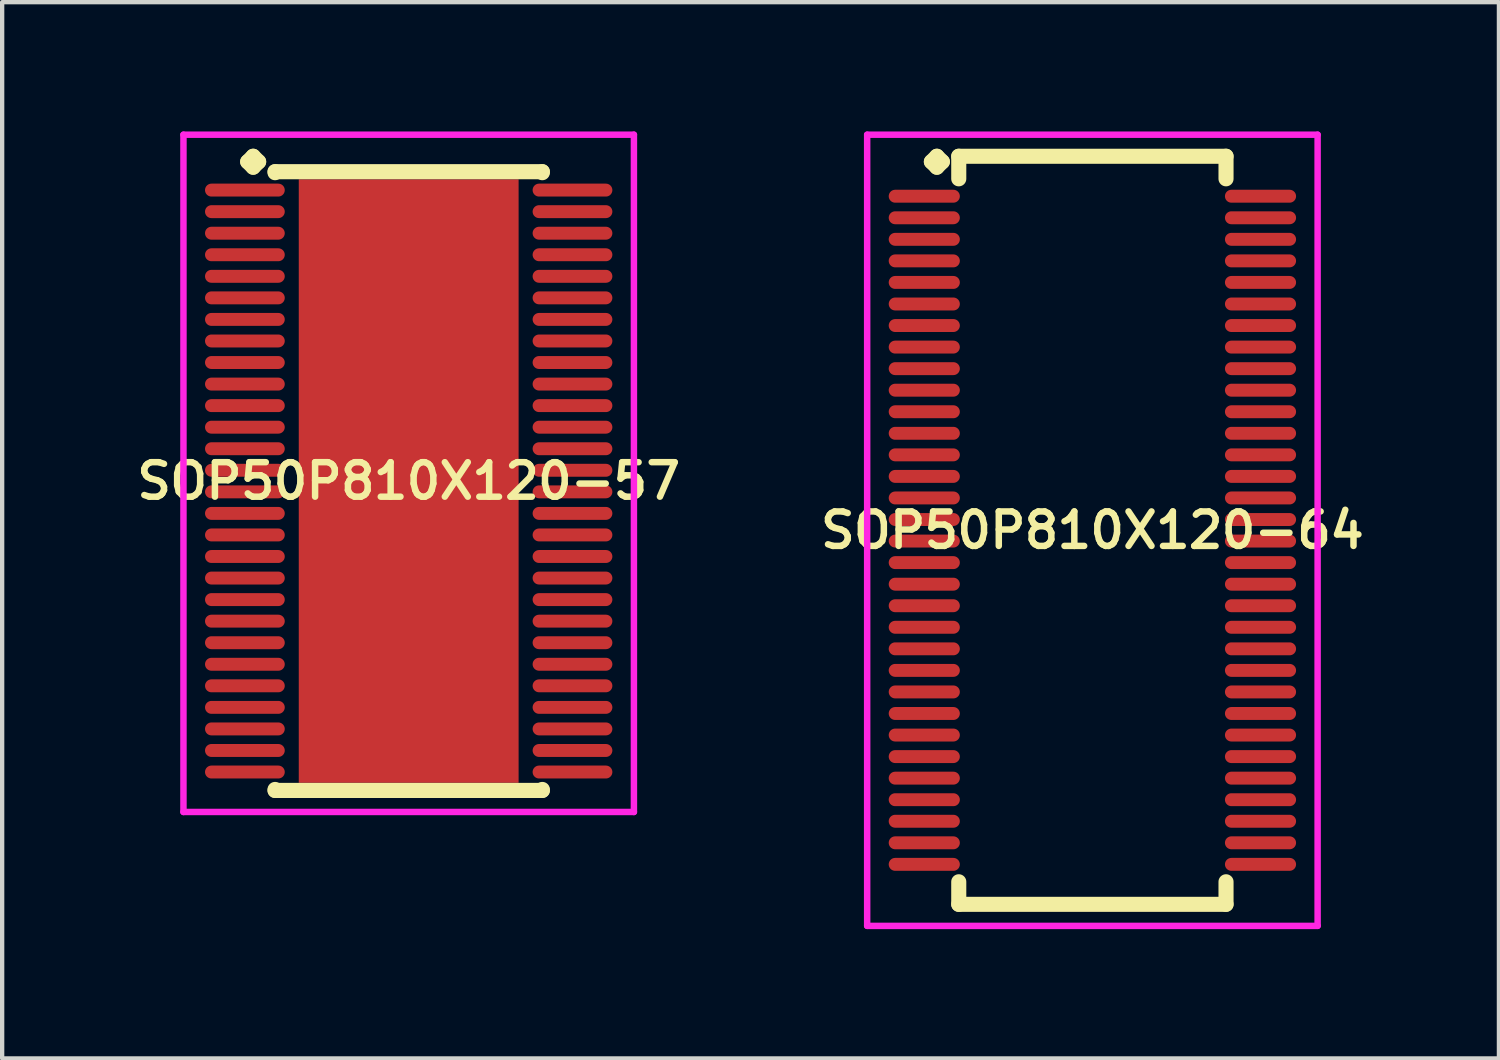
<source format=kicad_pcb>
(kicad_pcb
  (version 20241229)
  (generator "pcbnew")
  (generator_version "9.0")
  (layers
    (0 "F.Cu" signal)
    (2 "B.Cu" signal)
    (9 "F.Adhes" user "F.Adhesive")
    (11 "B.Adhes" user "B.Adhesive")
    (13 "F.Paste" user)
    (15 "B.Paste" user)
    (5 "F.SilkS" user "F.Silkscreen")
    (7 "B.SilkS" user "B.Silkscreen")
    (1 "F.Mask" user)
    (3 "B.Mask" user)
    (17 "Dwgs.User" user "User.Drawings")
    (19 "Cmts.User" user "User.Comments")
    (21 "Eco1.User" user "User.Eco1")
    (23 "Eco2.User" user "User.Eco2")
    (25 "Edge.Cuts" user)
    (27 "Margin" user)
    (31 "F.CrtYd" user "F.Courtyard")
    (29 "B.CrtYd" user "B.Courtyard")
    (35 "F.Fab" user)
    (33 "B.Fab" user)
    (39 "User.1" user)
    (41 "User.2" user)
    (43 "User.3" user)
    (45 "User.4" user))
  (footprint "SOP50P810X120-64"
    (layer "F.Cu")
    (at 22.292 9.252)
    (property "Reference" "SOP50P810X120-64" (at 0 0 0) (layer "F.SilkS") (effects (font (size 0.8 0.8) (thickness 0.15))))
    (attr smd)
    (fp_line (start -3.735 -8.55) (end -3.608 -8.677) (stroke (width 0.35) (type solid)) (layer "F.SilkS"))
    (fp_line (start -3.608 -8.677) (end -3.481 -8.55) (stroke (width 0.35) (type solid)) (layer "F.SilkS"))
    (fp_line (start -3.608 -8.423) (end -3.735 -8.55) (stroke (width 0.35) (type solid)) (layer "F.SilkS"))
    (fp_line (start -3.481 -8.55) (end -3.608 -8.423) (stroke (width 0.35) (type solid)) (layer "F.SilkS"))
    (fp_line (start -3.1 -8.677) (end 3.1 -8.677) (stroke (width 0.35) (type solid)) (layer "F.SilkS"))
    (fp_line (start -3.1 -8.154) (end -3.1 -8.677) (stroke (width 0.35) (type solid)) (layer "F.SilkS"))
    (fp_line (start -3.1 8.154) (end -3.1 8.677) (stroke (width 0.35) (type solid)) (layer "F.SilkS"))
    (fp_line (start -3.1 8.677) (end 3.1 8.677) (stroke (width 0.35) (type solid)) (layer "F.SilkS"))
    (fp_line (start 3.1 -8.677) (end 3.1 -8.154) (stroke (width 0.35) (type solid)) (layer "F.SilkS"))
    (fp_line (start 3.1 8.677) (end 3.1 8.154) (stroke (width 0.35) (type solid)) (layer "F.SilkS"))
    (fp_line (start -5.225 -9.177) (end 5.225 -9.177) (stroke (width 0.15) (type solid)) (layer "F.CrtYd"))
    (fp_line (start -5.225 9.177) (end -5.225 -9.177) (stroke (width 0.15) (type solid)) (layer "F.CrtYd"))
    (fp_line (start 5.225 -9.177) (end 5.225 9.177) (stroke (width 0.15) (type solid)) (layer "F.CrtYd"))
    (fp_line (start 5.225 9.177) (end -5.225 9.177) (stroke (width 0.15) (type solid)) (layer "F.CrtYd"))
    (pad "1" smd oval (at -3.9 -7.75) (size 1.65 0.3) (layers "F.Cu" "F.Mask" "F.Paste"))
    (pad "2" smd oval (at -3.9 -7.25) (size 1.65 0.3) (layers "F.Cu" "F.Mask" "F.Paste"))
    (pad "3" smd oval (at -3.9 -6.75) (size 1.65 0.3) (layers "F.Cu" "F.Mask" "F.Paste"))
    (pad "4" smd oval (at -3.9 -6.25) (size 1.65 0.3) (layers "F.Cu" "F.Mask" "F.Paste"))
    (pad "5" smd oval (at -3.9 -5.75) (size 1.65 0.3) (layers "F.Cu" "F.Mask" "F.Paste"))
    (pad "6" smd oval (at -3.9 -5.25) (size 1.65 0.3) (layers "F.Cu" "F.Mask" "F.Paste"))
    (pad "7" smd oval (at -3.9 -4.75) (size 1.65 0.3) (layers "F.Cu" "F.Mask" "F.Paste"))
    (pad "8" smd oval (at -3.9 -4.25) (size 1.65 0.3) (layers "F.Cu" "F.Mask" "F.Paste"))
    (pad "9" smd oval (at -3.9 -3.75) (size 1.65 0.3) (layers "F.Cu" "F.Mask" "F.Paste"))
    (pad "10" smd oval (at -3.9 -3.25) (size 1.65 0.3) (layers "F.Cu" "F.Mask" "F.Paste"))
    (pad "11" smd oval (at -3.9 -2.75) (size 1.65 0.3) (layers "F.Cu" "F.Mask" "F.Paste"))
    (pad "12" smd oval (at -3.9 -2.25) (size 1.65 0.3) (layers "F.Cu" "F.Mask" "F.Paste"))
    (pad "13" smd oval (at -3.9 -1.75) (size 1.65 0.3) (layers "F.Cu" "F.Mask" "F.Paste"))
    (pad "14" smd oval (at -3.9 -1.25) (size 1.65 0.3) (layers "F.Cu" "F.Mask" "F.Paste"))
    (pad "15" smd oval (at -3.9 -0.75) (size 1.65 0.3) (layers "F.Cu" "F.Mask" "F.Paste"))
    (pad "16" smd oval (at -3.9 -0.25) (size 1.65 0.3) (layers "F.Cu" "F.Mask" "F.Paste"))
    (pad "17" smd oval (at -3.9 0.25) (size 1.65 0.3) (layers "F.Cu" "F.Mask" "F.Paste"))
    (pad "18" smd oval (at -3.9 0.75) (size 1.65 0.3) (layers "F.Cu" "F.Mask" "F.Paste"))
    (pad "19" smd oval (at -3.9 1.25) (size 1.65 0.3) (layers "F.Cu" "F.Mask" "F.Paste"))
    (pad "20" smd oval (at -3.9 1.75) (size 1.65 0.3) (layers "F.Cu" "F.Mask" "F.Paste"))
    (pad "21" smd oval (at -3.9 2.25) (size 1.65 0.3) (layers "F.Cu" "F.Mask" "F.Paste"))
    (pad "22" smd oval (at -3.9 2.75) (size 1.65 0.3) (layers "F.Cu" "F.Mask" "F.Paste"))
    (pad "23" smd oval (at -3.9 3.25) (size 1.65 0.3) (layers "F.Cu" "F.Mask" "F.Paste"))
    (pad "24" smd oval (at -3.9 3.75) (size 1.65 0.3) (layers "F.Cu" "F.Mask" "F.Paste"))
    (pad "25" smd oval (at -3.9 4.25) (size 1.65 0.3) (layers "F.Cu" "F.Mask" "F.Paste"))
    (pad "26" smd oval (at -3.9 4.75) (size 1.65 0.3) (layers "F.Cu" "F.Mask" "F.Paste"))
    (pad "27" smd oval (at -3.9 5.25) (size 1.65 0.3) (layers "F.Cu" "F.Mask" "F.Paste"))
    (pad "28" smd oval (at -3.9 5.75) (size 1.65 0.3) (layers "F.Cu" "F.Mask" "F.Paste"))
    (pad "29" smd oval (at -3.9 6.25) (size 1.65 0.3) (layers "F.Cu" "F.Mask" "F.Paste"))
    (pad "30" smd oval (at -3.9 6.75) (size 1.65 0.3) (layers "F.Cu" "F.Mask" "F.Paste"))
    (pad "31" smd oval (at -3.9 7.25) (size 1.65 0.3) (layers "F.Cu" "F.Mask" "F.Paste"))
    (pad "32" smd oval (at -3.9 7.75) (size 1.65 0.3) (layers "F.Cu" "F.Mask" "F.Paste"))
    (pad "33" smd oval (at 3.9 7.75) (size 1.65 0.3) (layers "F.Cu" "F.Mask" "F.Paste"))
    (pad "34" smd oval (at 3.9 7.25) (size 1.65 0.3) (layers "F.Cu" "F.Mask" "F.Paste"))
    (pad "35" smd oval (at 3.9 6.75) (size 1.65 0.3) (layers "F.Cu" "F.Mask" "F.Paste"))
    (pad "36" smd oval (at 3.9 6.25) (size 1.65 0.3) (layers "F.Cu" "F.Mask" "F.Paste"))
    (pad "37" smd oval (at 3.9 5.75) (size 1.65 0.3) (layers "F.Cu" "F.Mask" "F.Paste"))
    (pad "38" smd oval (at 3.9 5.25) (size 1.65 0.3) (layers "F.Cu" "F.Mask" "F.Paste"))
    (pad "39" smd oval (at 3.9 4.75) (size 1.65 0.3) (layers "F.Cu" "F.Mask" "F.Paste"))
    (pad "40" smd oval (at 3.9 4.25) (size 1.65 0.3) (layers "F.Cu" "F.Mask" "F.Paste"))
    (pad "41" smd oval (at 3.9 3.75) (size 1.65 0.3) (layers "F.Cu" "F.Mask" "F.Paste"))
    (pad "42" smd oval (at 3.9 3.25) (size 1.65 0.3) (layers "F.Cu" "F.Mask" "F.Paste"))
    (pad "43" smd oval (at 3.9 2.75) (size 1.65 0.3) (layers "F.Cu" "F.Mask" "F.Paste"))
    (pad "44" smd oval (at 3.9 2.25) (size 1.65 0.3) (layers "F.Cu" "F.Mask" "F.Paste"))
    (pad "45" smd oval (at 3.9 1.75) (size 1.65 0.3) (layers "F.Cu" "F.Mask" "F.Paste"))
    (pad "46" smd oval (at 3.9 1.25) (size 1.65 0.3) (layers "F.Cu" "F.Mask" "F.Paste"))
    (pad "47" smd oval (at 3.9 0.75) (size 1.65 0.3) (layers "F.Cu" "F.Mask" "F.Paste"))
    (pad "48" smd oval (at 3.9 0.25) (size 1.65 0.3) (layers "F.Cu" "F.Mask" "F.Paste"))
    (pad "49" smd oval (at 3.9 -0.25) (size 1.65 0.3) (layers "F.Cu" "F.Mask" "F.Paste"))
    (pad "50" smd oval (at 3.9 -0.75) (size 1.65 0.3) (layers "F.Cu" "F.Mask" "F.Paste"))
    (pad "51" smd oval (at 3.9 -1.25) (size 1.65 0.3) (layers "F.Cu" "F.Mask" "F.Paste"))
    (pad "52" smd oval (at 3.9 -1.75) (size 1.65 0.3) (layers "F.Cu" "F.Mask" "F.Paste"))
    (pad "53" smd oval (at 3.9 -2.25) (size 1.65 0.3) (layers "F.Cu" "F.Mask" "F.Paste"))
    (pad "54" smd oval (at 3.9 -2.75) (size 1.65 0.3) (layers "F.Cu" "F.Mask" "F.Paste"))
    (pad "55" smd oval (at 3.9 -3.25) (size 1.65 0.3) (layers "F.Cu" "F.Mask" "F.Paste"))
    (pad "56" smd oval (at 3.9 -3.75) (size 1.65 0.3) (layers "F.Cu" "F.Mask" "F.Paste"))
    (pad "57" smd oval (at 3.9 -4.25) (size 1.65 0.3) (layers "F.Cu" "F.Mask" "F.Paste"))
    (pad "58" smd oval (at 3.9 -4.75) (size 1.65 0.3) (layers "F.Cu" "F.Mask" "F.Paste"))
    (pad "59" smd oval (at 3.9 -5.25) (size 1.65 0.3) (layers "F.Cu" "F.Mask" "F.Paste"))
    (pad "60" smd oval (at 3.9 -5.75) (size 1.65 0.3) (layers "F.Cu" "F.Mask" "F.Paste"))
    (pad "61" smd oval (at 3.9 -6.25) (size 1.65 0.3) (layers "F.Cu" "F.Mask" "F.Paste"))
    (pad "62" smd oval (at 3.9 -6.75) (size 1.65 0.3) (layers "F.Cu" "F.Mask" "F.Paste"))
    (pad "63" smd oval (at 3.9 -7.25) (size 1.65 0.3) (layers "F.Cu" "F.Mask" "F.Paste"))
    (pad "64" smd oval (at 3.9 -7.75) (size 1.65 0.3) (layers "F.Cu" "F.Mask" "F.Paste")))
  (footprint "SOP50P810X120-57"
    (layer "F.Cu")
    (at 6.431 8.11)
    (property "Reference" "SOP50P810X120-57" (at 0 0 0) (layer "F.SilkS") (effects (font (size 0.8 0.8) (thickness 0.15))))
    (attr through_hole)
    (fp_line (start -3.735 -7.408) (end -3.608 -7.535) (stroke (width 0.35) (type solid)) (layer "F.SilkS"))
    (fp_line (start -3.608 -7.535) (end -3.481 -7.408) (stroke (width 0.35) (type solid)) (layer "F.SilkS"))
    (fp_line (start -3.608 -7.281) (end -3.735 -7.408) (stroke (width 0.35) (type solid)) (layer "F.SilkS"))
    (fp_line (start -3.481 -7.408) (end -3.608 -7.281) (stroke (width 0.35) (type solid)) (layer "F.SilkS"))
    (fp_line (start -3.1 -7.177) (end 3.1 -7.177) (stroke (width 0.35) (type solid)) (layer "F.SilkS"))
    (fp_line (start -3.1 -7.154) (end -3.1 -7.177) (stroke (width 0.35) (type solid)) (layer "F.SilkS"))
    (fp_line (start -3.1 7.154) (end -3.1 7.177) (stroke (width 0.35) (type solid)) (layer "F.SilkS"))
    (fp_line (start -3.1 7.177) (end 3.1 7.177) (stroke (width 0.35) (type solid)) (layer "F.SilkS"))
    (fp_line (start 3.1 -7.177) (end 3.1 -7.154) (stroke (width 0.35) (type solid)) (layer "F.SilkS"))
    (fp_line (start 3.1 7.177) (end 3.1 7.154) (stroke (width 0.35) (type solid)) (layer "F.SilkS"))
    (fp_line (start -5.225 -8.035) (end 5.225 -8.035) (stroke (width 0.15) (type solid)) (layer "F.CrtYd"))
    (fp_line (start -5.225 7.677) (end -5.225 -8.035) (stroke (width 0.15) (type solid)) (layer "F.CrtYd"))
    (fp_line (start 5.225 -8.035) (end 5.225 7.677) (stroke (width 0.15) (type solid)) (layer "F.CrtYd"))
    (fp_line (start 5.225 7.677) (end -5.225 7.677) (stroke (width 0.15) (type solid)) (layer "F.CrtYd"))
    (pad "1" smd oval (at -3.8 -6.75) (size 1.85 0.3) (layers "F.Cu" "F.Mask" "F.Paste"))
    (pad "2" smd oval (at -3.8 -6.25) (size 1.85 0.3) (layers "F.Cu" "F.Mask" "F.Paste"))
    (pad "3" smd oval (at -3.8 -5.75) (size 1.85 0.3) (layers "F.Cu" "F.Mask" "F.Paste"))
    (pad "4" smd oval (at -3.8 -5.25) (size 1.85 0.3) (layers "F.Cu" "F.Mask" "F.Paste"))
    (pad "5" smd oval (at -3.8 -4.75) (size 1.85 0.3) (layers "F.Cu" "F.Mask" "F.Paste"))
    (pad "6" smd oval (at -3.8 -4.25) (size 1.85 0.3) (layers "F.Cu" "F.Mask" "F.Paste"))
    (pad "7" smd oval (at -3.8 -3.75) (size 1.85 0.3) (layers "F.Cu" "F.Mask" "F.Paste"))
    (pad "8" smd oval (at -3.8 -3.25) (size 1.85 0.3) (layers "F.Cu" "F.Mask" "F.Paste"))
    (pad "9" smd oval (at -3.8 -2.75) (size 1.85 0.3) (layers "F.Cu" "F.Mask" "F.Paste"))
    (pad "10" smd oval (at -3.8 -2.25) (size 1.85 0.3) (layers "F.Cu" "F.Mask" "F.Paste"))
    (pad "11" smd oval (at -3.8 -1.75) (size 1.85 0.3) (layers "F.Cu" "F.Mask" "F.Paste"))
    (pad "12" smd oval (at -3.8 -1.25) (size 1.85 0.3) (layers "F.Cu" "F.Mask" "F.Paste"))
    (pad "13" smd oval (at -3.8 -0.75) (size 1.85 0.3) (layers "F.Cu" "F.Mask" "F.Paste"))
    (pad "14" smd oval (at -3.8 -0.25) (size 1.85 0.3) (layers "F.Cu" "F.Mask" "F.Paste"))
    (pad "15" smd oval (at -3.8 0.25) (size 1.85 0.3) (layers "F.Cu" "F.Mask" "F.Paste"))
    (pad "16" smd oval (at -3.8 0.75) (size 1.85 0.3) (layers "F.Cu" "F.Mask" "F.Paste"))
    (pad "17" smd oval (at -3.8 1.25) (size 1.85 0.3) (layers "F.Cu" "F.Mask" "F.Paste"))
    (pad "18" smd oval (at -3.8 1.75) (size 1.85 0.3) (layers "F.Cu" "F.Mask" "F.Paste"))
    (pad "19" smd oval (at -3.8 2.25) (size 1.85 0.3) (layers "F.Cu" "F.Mask" "F.Paste"))
    (pad "20" smd oval (at -3.8 2.75) (size 1.85 0.3) (layers "F.Cu" "F.Mask" "F.Paste"))
    (pad "21" smd oval (at -3.8 3.25) (size 1.85 0.3) (layers "F.Cu" "F.Mask" "F.Paste"))
    (pad "22" smd oval (at -3.8 3.75) (size 1.85 0.3) (layers "F.Cu" "F.Mask" "F.Paste"))
    (pad "23" smd oval (at -3.8 4.25) (size 1.85 0.3) (layers "F.Cu" "F.Mask" "F.Paste"))
    (pad "24" smd oval (at -3.8 4.75) (size 1.85 0.3) (layers "F.Cu" "F.Mask" "F.Paste"))
    (pad "25" smd oval (at -3.8 5.25) (size 1.85 0.3) (layers "F.Cu" "F.Mask" "F.Paste"))
    (pad "26" smd oval (at -3.8 5.75) (size 1.85 0.3) (layers "F.Cu" "F.Mask" "F.Paste"))
    (pad "27" smd oval (at -3.8 6.25) (size 1.85 0.3) (layers "F.Cu" "F.Mask" "F.Paste"))
    (pad "28" smd oval (at -3.8 6.75) (size 1.85 0.3) (layers "F.Cu" "F.Mask" "F.Paste"))
    (pad "29" smd oval (at 3.8 6.75) (size 1.85 0.3) (layers "F.Cu" "F.Mask" "F.Paste"))
    (pad "30" smd oval (at 3.8 6.25) (size 1.85 0.3) (layers "F.Cu" "F.Mask" "F.Paste"))
    (pad "31" smd oval (at 3.8 5.75) (size 1.85 0.3) (layers "F.Cu" "F.Mask" "F.Paste"))
    (pad "32" smd oval (at 3.8 5.25) (size 1.85 0.3) (layers "F.Cu" "F.Mask" "F.Paste"))
    (pad "33" smd oval (at 3.8 4.75) (size 1.85 0.3) (layers "F.Cu" "F.Mask" "F.Paste"))
    (pad "34" smd oval (at 3.8 4.25) (size 1.85 0.3) (layers "F.Cu" "F.Mask" "F.Paste"))
    (pad "35" smd oval (at 3.8 3.75) (size 1.85 0.3) (layers "F.Cu" "F.Mask" "F.Paste"))
    (pad "36" smd oval (at 3.8 3.25) (size 1.85 0.3) (layers "F.Cu" "F.Mask" "F.Paste"))
    (pad "37" smd oval (at 3.8 2.75) (size 1.85 0.3) (layers "F.Cu" "F.Mask" "F.Paste"))
    (pad "38" smd oval (at 3.8 2.25) (size 1.85 0.3) (layers "F.Cu" "F.Mask" "F.Paste"))
    (pad "39" smd oval (at 3.8 1.75) (size 1.85 0.3) (layers "F.Cu" "F.Mask" "F.Paste"))
    (pad "40" smd oval (at 3.8 1.25) (size 1.85 0.3) (layers "F.Cu" "F.Mask" "F.Paste"))
    (pad "41" smd oval (at 3.8 0.75) (size 1.85 0.3) (layers "F.Cu" "F.Mask" "F.Paste"))
    (pad "42" smd oval (at 3.8 0.25) (size 1.85 0.3) (layers "F.Cu" "F.Mask" "F.Paste"))
    (pad "43" smd oval (at 3.8 -0.25) (size 1.85 0.3) (layers "F.Cu" "F.Mask" "F.Paste"))
    (pad "44" smd oval (at 3.8 -0.75) (size 1.85 0.3) (layers "F.Cu" "F.Mask" "F.Paste"))
    (pad "45" smd oval (at 3.8 -1.25) (size 1.85 0.3) (layers "F.Cu" "F.Mask" "F.Paste"))
    (pad "46" smd oval (at 3.8 -1.75) (size 1.85 0.3) (layers "F.Cu" "F.Mask" "F.Paste"))
    (pad "47" smd oval (at 3.8 -2.25) (size 1.85 0.3) (layers "F.Cu" "F.Mask" "F.Paste"))
    (pad "48" smd oval (at 3.8 -2.75) (size 1.85 0.3) (layers "F.Cu" "F.Mask" "F.Paste"))
    (pad "49" smd oval (at 3.8 -3.25) (size 1.85 0.3) (layers "F.Cu" "F.Mask" "F.Paste"))
    (pad "50" smd oval (at 3.8 -3.75) (size 1.85 0.3) (layers "F.Cu" "F.Mask" "F.Paste"))
    (pad "51" smd oval (at 3.8 -4.25) (size 1.85 0.3) (layers "F.Cu" "F.Mask" "F.Paste"))
    (pad "52" smd oval (at 3.8 -4.75) (size 1.85 0.3) (layers "F.Cu" "F.Mask" "F.Paste"))
    (pad "53" smd oval (at 3.8 -5.25) (size 1.85 0.3) (layers "F.Cu" "F.Mask" "F.Paste"))
    (pad "54" smd oval (at 3.8 -5.75) (size 1.85 0.3) (layers "F.Cu" "F.Mask" "F.Paste"))
    (pad "55" smd oval (at 3.8 -6.25) (size 1.85 0.3) (layers "F.Cu" "F.Mask" "F.Paste"))
    (pad "56" smd oval (at 3.8 -6.75) (size 1.85 0.3) (layers "F.Cu" "F.Mask" "F.Paste"))
    (pad "57" smd rect (at 0 0) (size 5.1 14) (layers "F.Cu" "F.Mask" "F.Paste")))
  (gr_rect
    (start -3 -3)
    (end 31.723 21.504)
    (stroke (width 0.1) (type default))
    (fill no)
    (layer "Edge.Cuts")))
</source>
